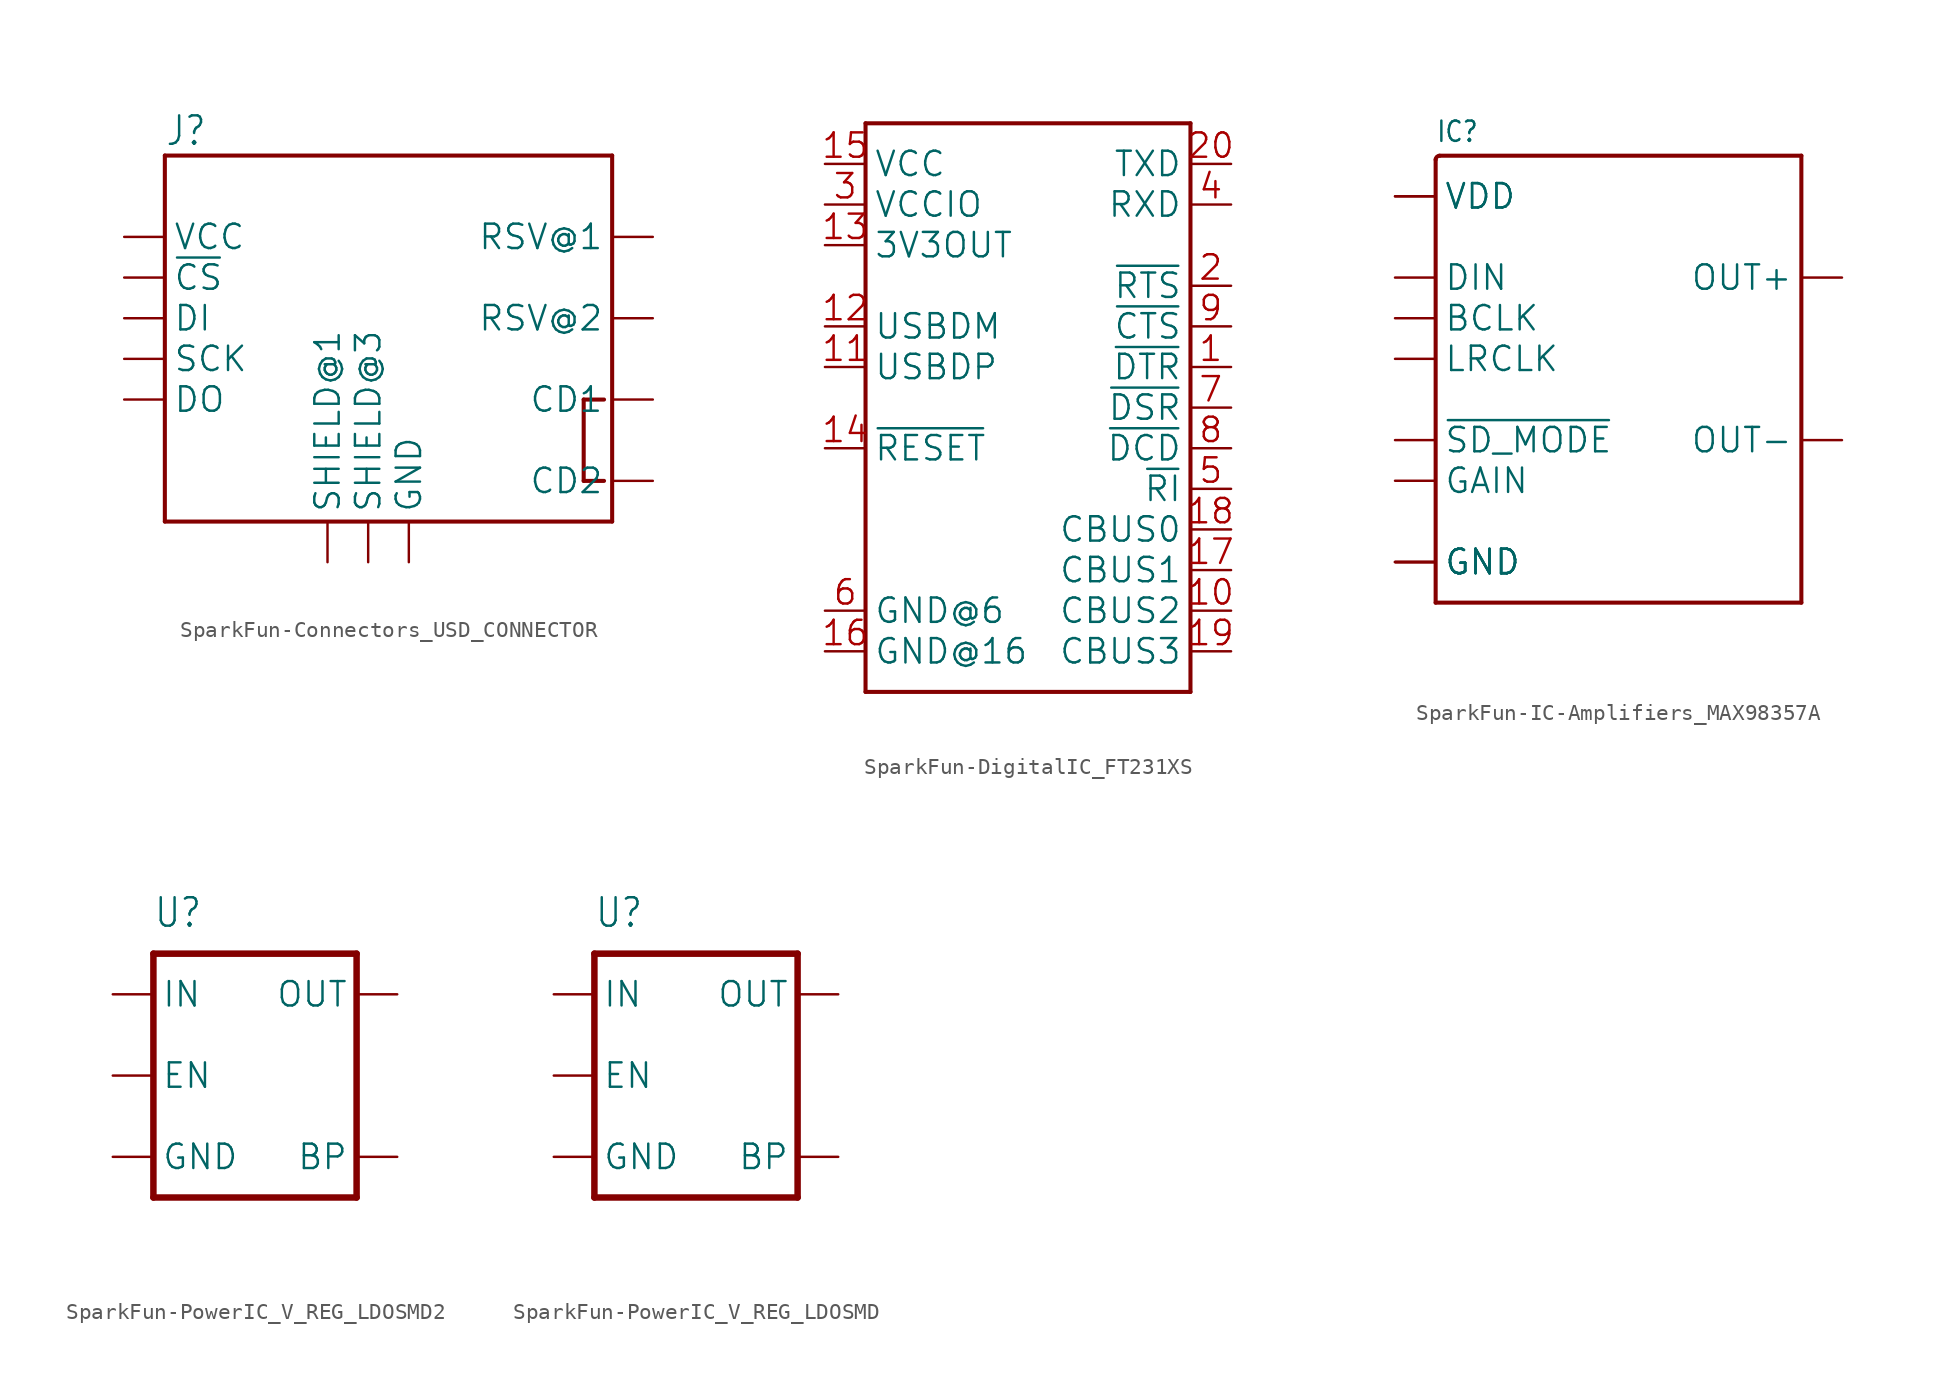
<source format=kicad_sym>
(kicad_symbol_lib
  (version 20241209)
  (generator "kicad_symbol_editor")
  (generator_version "9.0")
  (symbol "SparkFun-Connectors_USD_CONNECTOR"
    (property "Reference" "J"
      (at -12.7 10.668 0)
      (effects (font (size 1.778 1.511)) (justify left bottom)))
    (property "Value" ""
      (at -7.874 10.668 0)
      (effects (font (size 1.778 1.511)) (justify left bottom)))
    (property "ki_locked" ""
      (at 0 0 0)
      (effects (font (size 1.27 1.27))))
    (symbol "SparkFun-Connectors_USD_CONNECTOR_1_0"
      (polyline (pts (xy -12.7 10.16) (xy 15.24 10.16)) (stroke (width 0.254) (type solid)) (fill (type none)))
      (polyline (pts (xy -12.7 -12.7) (xy -12.7 10.16)) (stroke (width 0.254) (type solid)) (fill (type none)))
      (polyline (pts (xy 13.462 -5.08) (xy 14.732 -5.08)) (stroke (width 0.254) (type solid)) (fill (type none)))
      (polyline (pts (xy 13.462 -10.16) (xy 13.462 -5.08)) (stroke (width 0.254) (type solid)) (fill (type none)))
      (polyline (pts (xy 13.462 -10.16) (xy 14.732 -10.16)) (stroke (width 0.254) (type solid)) (fill (type none)))
      (polyline (pts (xy 15.24 10.16) (xy 15.24 -12.7)) (stroke (width 0.254) (type solid)) (fill (type none)))
      (polyline (pts (xy 15.24 -12.7) (xy -12.7 -12.7)) (stroke (width 0.254) (type solid)) (fill (type none)))
      (pin bidirectional line (at -15.24 5.08 0) (length 2.54) (name "VCC" (effects (font (size 1.524 1.524)))) (number "VCC" (effects (font (size 0 0)))))
      (pin bidirectional line (at -15.24 2.54 0) (length 2.54) (name "~{CS}" (effects (font (size 1.524 1.524)))) (number "CS" (effects (font (size 0 0)))))
      (pin bidirectional line (at -15.24 0 0) (length 2.54) (name "DI" (effects (font (size 1.524 1.524)))) (number "DI" (effects (font (size 0 0)))))
      (pin bidirectional line (at -15.24 -2.54 0) (length 2.54) (name "SCK" (effects (font (size 1.524 1.524)))) (number "SCLK" (effects (font (size 0 0)))))
      (pin bidirectional line (at -15.24 -5.08 0) (length 2.54) (name "DO" (effects (font (size 1.524 1.524)))) (number "DO" (effects (font (size 0 0)))))
      (pin bidirectional line (at -2.54 -15.24 90) (length 2.54) (name "SHIELD@1" (effects (font (size 1.524 1.524)))) (number "GND1" (effects (font (size 0 0)))))
      (pin bidirectional line (at 0 -15.24 90) (length 2.54) (name "SHIELD@3" (effects (font (size 1.524 1.524)))) (number "GND3" (effects (font (size 0 0)))))
      (pin bidirectional line (at 2.54 -15.24 90) (length 2.54) (name "GND" (effects (font (size 1.524 1.524)))) (number "GND" (effects (font (size 0 0)))))
      (pin bidirectional line (at 17.78 5.08 180) (length 2.54) (name "RSV@1" (effects (font (size 1.524 1.524)))) (number "RSV1" (effects (font (size 0 0)))))
      (pin bidirectional line (at 17.78 0 180) (length 2.54) (name "RSV@2" (effects (font (size 1.524 1.524)))) (number "RSV2" (effects (font (size 0 0)))))
      (pin bidirectional line (at 17.78 -5.08 180) (length 2.54) (name "CD1" (effects (font (size 1.524 1.524)))) (number "CD1" (effects (font (size 0 0)))))
      (pin bidirectional line (at 17.78 -10.16 180) (length 2.54) (name "CD2" (effects (font (size 1.524 1.524)))) (number "CD2" (effects (font (size 0 0)))))))
  (symbol "SparkFun-DigitalIC_FT231XS"
    (property "Reference" "U"
      (at -10.16 18.034 0)
      (effects (font (size 1.778 1.511)) (justify left bottom) (hide yes)))
    (property "ki_locked" ""
      (at 0 0 0)
      (effects (font (size 1.27 1.27))))
    (symbol "SparkFun-DigitalIC_FT231XS_1_0"
      (polyline (pts (xy -10.16 17.78) (xy -10.16 -17.78)) (stroke (width 0.254) (type solid)) (fill (type none)))
      (polyline (pts (xy -10.16 -17.78) (xy 10.16 -17.78)) (stroke (width 0.254) (type solid)) (fill (type none)))
      (polyline (pts (xy 10.16 17.78) (xy -10.16 17.78)) (stroke (width 0.254) (type solid)) (fill (type none)))
      (polyline (pts (xy 10.16 -17.78) (xy 10.16 17.78)) (stroke (width 0.254) (type solid)) (fill (type none)))
      (pin bidirectional line (at -12.7 15.24 0) (length 2.54) (name "VCC" (effects (font (size 1.524 1.524)))) (number "15" (effects (font (size 1.524 1.524)))))
      (pin bidirectional line (at -12.7 12.7 0) (length 2.54) (name "VCCIO" (effects (font (size 1.524 1.524)))) (number "3" (effects (font (size 1.524 1.524)))))
      (pin bidirectional line (at -12.7 10.16 0) (length 2.54) (name "3V3OUT" (effects (font (size 1.524 1.524)))) (number "13" (effects (font (size 1.524 1.524)))))
      (pin bidirectional line (at -12.7 5.08 0) (length 2.54) (name "USBDM" (effects (font (size 1.524 1.524)))) (number "12" (effects (font (size 1.524 1.524)))))
      (pin bidirectional line (at -12.7 2.54 0) (length 2.54) (name "USBDP" (effects (font (size 1.524 1.524)))) (number "11" (effects (font (size 1.524 1.524)))))
      (pin bidirectional line (at -12.7 -2.54 0) (length 2.54) (name "~{RESET}" (effects (font (size 1.524 1.524)))) (number "14" (effects (font (size 1.524 1.524)))))
      (pin bidirectional line (at -12.7 -12.7 0) (length 2.54) (name "GND@6" (effects (font (size 1.524 1.524)))) (number "6" (effects (font (size 1.524 1.524)))))
      (pin bidirectional line (at -12.7 -15.24 0) (length 2.54) (name "GND@16" (effects (font (size 1.524 1.524)))) (number "16" (effects (font (size 1.524 1.524)))))
      (pin bidirectional line (at 12.7 15.24 180) (length 2.54) (name "TXD" (effects (font (size 1.524 1.524)))) (number "20" (effects (font (size 1.524 1.524)))))
      (pin bidirectional line (at 12.7 12.7 180) (length 2.54) (name "RXD" (effects (font (size 1.524 1.524)))) (number "4" (effects (font (size 1.524 1.524)))))
      (pin bidirectional line (at 12.7 7.62 180) (length 2.54) (name "~{RTS}" (effects (font (size 1.524 1.524)))) (number "2" (effects (font (size 1.524 1.524)))))
      (pin bidirectional line (at 12.7 5.08 180) (length 2.54) (name "~{CTS}" (effects (font (size 1.524 1.524)))) (number "9" (effects (font (size 1.524 1.524)))))
      (pin bidirectional line (at 12.7 2.54 180) (length 2.54) (name "~{DTR}" (effects (font (size 1.524 1.524)))) (number "1" (effects (font (size 1.524 1.524)))))
      (pin bidirectional line (at 12.7 0 180) (length 2.54) (name "~{DSR}" (effects (font (size 1.524 1.524)))) (number "7" (effects (font (size 1.524 1.524)))))
      (pin bidirectional line (at 12.7 -2.54 180) (length 2.54) (name "~{DCD}" (effects (font (size 1.524 1.524)))) (number "8" (effects (font (size 1.524 1.524)))))
      (pin bidirectional line (at 12.7 -5.08 180) (length 2.54) (name "~{RI}" (effects (font (size 1.524 1.524)))) (number "5" (effects (font (size 1.524 1.524)))))
      (pin bidirectional line (at 12.7 -7.62 180) (length 2.54) (name "CBUS0" (effects (font (size 1.524 1.524)))) (number "18" (effects (font (size 1.524 1.524)))))
      (pin bidirectional line (at 12.7 -10.16 180) (length 2.54) (name "CBUS1" (effects (font (size 1.524 1.524)))) (number "17" (effects (font (size 1.524 1.524)))))
      (pin bidirectional line (at 12.7 -12.7 180) (length 2.54) (name "CBUS2" (effects (font (size 1.524 1.524)))) (number "10" (effects (font (size 1.524 1.524)))))
      (pin bidirectional line (at 12.7 -15.24 180) (length 2.54) (name "CBUS3" (effects (font (size 1.524 1.524)))) (number "19" (effects (font (size 1.524 1.524)))))))
  (symbol "SparkFun-IC-Amplifiers_MAX98357A"
    (property "Reference" "IC"
      (at -10.16 13.462 0)
      (effects (font (size 1.27 1.079)) (justify left bottom)))
    (property "Value" ""
      (at -10.16 -17.78 0)
      (effects (font (size 1.27 1.079)) (justify left bottom)))
    (property "ki_locked" ""
      (at 0 0 0)
      (effects (font (size 1.27 1.27))))
    (symbol "SparkFun-IC-Amplifiers_MAX98357A_1_0"
      (polyline (pts (xy -10.16 12.45) (xy -10.16 -15.24)) (stroke (width 0.254) (type solid)) (fill (type none)))
      (arc (start -10.16 12.45) (mid -10.0868 12.6268) (end -9.91 12.7) (stroke (width 0.254) (type solid)) (fill (type none)))
      (polyline (pts (xy 12.7 12.7) (xy -9.91 12.7)) (stroke (width 0.254) (type solid)) (fill (type none)))
      (polyline (pts (xy 12.7 12.7) (xy 12.7 -15.24)) (stroke (width 0.254) (type solid)) (fill (type none)))
      (polyline (pts (xy 12.7 -15.24) (xy -10.16 -15.24)) (stroke (width 0.254) (type solid)) (fill (type none)))
      (pin bidirectional line (at -12.7 10.16 0) (length 2.54) (name "VDD" (effects (font (size 1.524 1.524)))) (number "P$7" (effects (font (size 0 0)))))
      (pin bidirectional line (at -12.7 10.16 0) (length 2.54) (name "VDD" (effects (font (size 1.524 1.524)))) (number "P$8" (effects (font (size 0 0)))))
      (pin bidirectional line (at -12.7 5.08 0) (length 2.54) (name "DIN" (effects (font (size 1.524 1.524)))) (number "P$1" (effects (font (size 0 0)))))
      (pin bidirectional line (at -12.7 2.54 0) (length 2.54) (name "BCLK" (effects (font (size 1.524 1.524)))) (number "P$16" (effects (font (size 0 0)))))
      (pin bidirectional line (at -12.7 0 0) (length 2.54) (name "LRCLK" (effects (font (size 1.524 1.524)))) (number "P$14" (effects (font (size 0 0)))))
      (pin bidirectional line (at -12.7 -5.08 0) (length 2.54) (name "~{SD_MODE}" (effects (font (size 1.524 1.524)))) (number "P$4" (effects (font (size 0 0)))))
      (pin bidirectional line (at -12.7 -7.62 0) (length 2.54) (name "GAIN" (effects (font (size 1.524 1.524)))) (number "P$2" (effects (font (size 0 0)))))
      (pin bidirectional line (at -12.7 -12.7 0) (length 2.54) (name "GND" (effects (font (size 1.524 1.524)))) (number "P$11" (effects (font (size 0 0)))))
      (pin bidirectional line (at -12.7 -12.7 0) (length 2.54) (name "GND" (effects (font (size 1.524 1.524)))) (number "P$15" (effects (font (size 0 0)))))
      (pin bidirectional line (at -12.7 -12.7 0) (length 2.54) (name "GND" (effects (font (size 1.524 1.524)))) (number "P$3" (effects (font (size 0 0)))))
      (pin bidirectional line (at -12.7 -12.7 0) (length 2.54) (name "GND" (effects (font (size 1.524 1.524)))) (number "P$EP" (effects (font (size 0 0)))))
      (pin bidirectional line (at 15.24 5.08 180) (length 2.54) (name "OUT+" (effects (font (size 1.524 1.524)))) (number "P$9" (effects (font (size 0 0)))))
      (pin bidirectional line (at 15.24 -5.08 180) (length 2.54) (name "OUT-" (effects (font (size 1.524 1.524)))) (number "P$10" (effects (font (size 0 0)))))))
  (symbol "SparkFun-PowerIC_V_REG_LDOSMD2"
    (property "Reference" "U"
      (at -7.62 9.144 0)
      (effects (font (size 1.778 1.511)) (justify left bottom)))
    (property "Value" ""
      (at -7.62 -11.43 0)
      (effects (font (size 1.778 1.511)) (justify left bottom)))
    (property "ki_locked" ""
      (at 0 0 0)
      (effects (font (size 1.27 1.27))))
    (symbol "SparkFun-PowerIC_V_REG_LDOSMD2_1_0"
      (polyline (pts (xy -7.62 7.62) (xy -7.62 -7.62)) (stroke (width 0.406) (type solid)) (fill (type none)))
      (polyline (pts (xy -7.62 -7.62) (xy 5.08 -7.62)) (stroke (width 0.406) (type solid)) (fill (type none)))
      (polyline (pts (xy 5.08 7.62) (xy -7.62 7.62)) (stroke (width 0.406) (type solid)) (fill (type none)))
      (polyline (pts (xy 5.08 -7.62) (xy 5.08 7.62)) (stroke (width 0.406) (type solid)) (fill (type none)))
      (pin input line (at -10.16 5.08 0) (length 2.54) (name "IN" (effects (font (size 1.524 1.524)))) (number "1" (effects (font (size 0 0)))))
      (pin input line (at -10.16 0 0) (length 2.54) (name "EN" (effects (font (size 1.524 1.524)))) (number "3" (effects (font (size 0 0)))))
      (pin input line (at -10.16 -5.08 0) (length 2.54) (name "GND" (effects (font (size 1.524 1.524)))) (number "2" (effects (font (size 0 0)))))
      (pin passive line (at 7.62 5.08 180) (length 2.54) (name "OUT" (effects (font (size 1.524 1.524)))) (number "5" (effects (font (size 0 0)))))
      (pin input line (at 7.62 -5.08 180) (length 2.54) (name "BP" (effects (font (size 1.524 1.524)))) (number "4" (effects (font (size 0 0)))))))
  (symbol "SparkFun-PowerIC_V_REG_LDOSMD"
    (property "Reference" "U"
      (at -7.62 9.144 0)
      (effects (font (size 1.778 1.511)) (justify left bottom)))
    (property "Value" ""
      (at -7.62 -11.43 0)
      (effects (font (size 1.778 1.511)) (justify left bottom)))
    (property "ki_locked" ""
      (at 0 0 0)
      (effects (font (size 1.27 1.27))))
    (symbol "SparkFun-PowerIC_V_REG_LDOSMD_1_0"
      (polyline (pts (xy -7.62 7.62) (xy -7.62 -7.62)) (stroke (width 0.406) (type solid)) (fill (type none)))
      (polyline (pts (xy -7.62 -7.62) (xy 5.08 -7.62)) (stroke (width 0.406) (type solid)) (fill (type none)))
      (polyline (pts (xy 5.08 7.62) (xy -7.62 7.62)) (stroke (width 0.406) (type solid)) (fill (type none)))
      (polyline (pts (xy 5.08 -7.62) (xy 5.08 7.62)) (stroke (width 0.406) (type solid)) (fill (type none)))
      (pin input line (at -10.16 5.08 0) (length 2.54) (name "IN" (effects (font (size 1.524 1.524)))) (number "1" (effects (font (size 0 0)))))
      (pin input line (at -10.16 0 0) (length 2.54) (name "EN" (effects (font (size 1.524 1.524)))) (number "3" (effects (font (size 0 0)))))
      (pin input line (at -10.16 -5.08 0) (length 2.54) (name "GND" (effects (font (size 1.524 1.524)))) (number "2" (effects (font (size 0 0)))))
      (pin passive line (at 7.62 5.08 180) (length 2.54) (name "OUT" (effects (font (size 1.524 1.524)))) (number "5" (effects (font (size 0 0)))))
      (pin input line (at 7.62 -5.08 180) (length 2.54) (name "BP" (effects (font (size 1.524 1.524)))) (number "4" (effects (font (size 0 0))))))))
</source>
